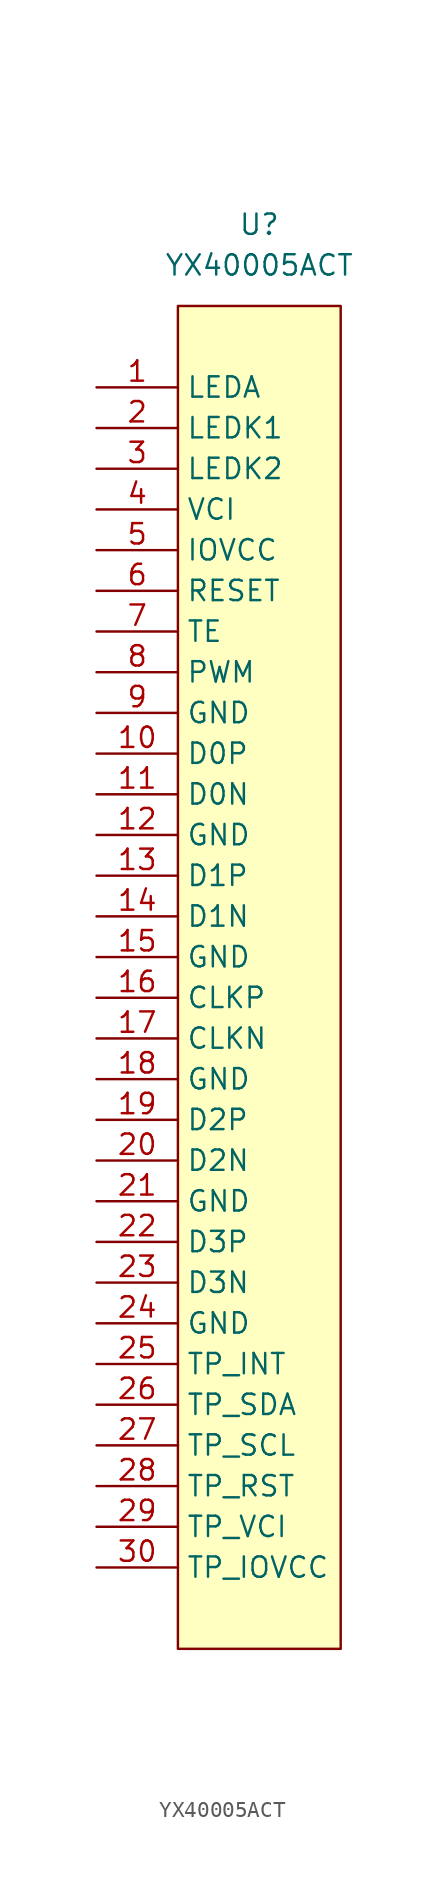
<source format=kicad_sym>
(kicad_symbol_lib
  (version 20220914)
  (generator kicad_symbol_editor)
  (symbol "YX40005ACT"
    (property "Reference" "U"
      (at 0 0 0)
      (effects (font (size 1.27 1.27))))
    (property "Value" "YX40005ACT"
      (at 0 -2.54 0)
      (effects (font (size 1.27 1.27))))
    (symbol "YX40005ACT_0_1"
      (rectangle (start -5.08 -5.08) (end 5.08 -88.9) (stroke (width 0.152) (type default)) (fill (type background))))
    (symbol "YX40005ACT_1_1"
      (pin input line (at -10.16 -10.16 0) (length 5.08) (name "LEDA" (effects (font (size 1.27 1.27)))) (number "1" (effects (font (size 1.27 1.27)))))
      (pin input line (at -10.16 -33.02 0) (length 5.08) (name "D0P" (effects (font (size 1.27 1.27)))) (number "10" (effects (font (size 1.27 1.27)))))
      (pin input line (at -10.16 -35.56 0) (length 5.08) (name "D0N" (effects (font (size 1.27 1.27)))) (number "11" (effects (font (size 1.27 1.27)))))
      (pin input line (at -10.16 -38.1 0) (length 5.08) (name "GND" (effects (font (size 1.27 1.27)))) (number "12" (effects (font (size 1.27 1.27)))))
      (pin input line (at -10.16 -40.64 0) (length 5.08) (name "D1P" (effects (font (size 1.27 1.27)))) (number "13" (effects (font (size 1.27 1.27)))))
      (pin input line (at -10.16 -43.18 0) (length 5.08) (name "D1N" (effects (font (size 1.27 1.27)))) (number "14" (effects (font (size 1.27 1.27)))))
      (pin input line (at -10.16 -45.72 0) (length 5.08) (name "GND" (effects (font (size 1.27 1.27)))) (number "15" (effects (font (size 1.27 1.27)))))
      (pin input line (at -10.16 -48.26 0) (length 5.08) (name "CLKP" (effects (font (size 1.27 1.27)))) (number "16" (effects (font (size 1.27 1.27)))))
      (pin input line (at -10.16 -50.8 0) (length 5.08) (name "CLKN" (effects (font (size 1.27 1.27)))) (number "17" (effects (font (size 1.27 1.27)))))
      (pin input line (at -10.16 -53.34 0) (length 5.08) (name "GND" (effects (font (size 1.27 1.27)))) (number "18" (effects (font (size 1.27 1.27)))))
      (pin input line (at -10.16 -55.88 0) (length 5.08) (name "D2P" (effects (font (size 1.27 1.27)))) (number "19" (effects (font (size 1.27 1.27)))))
      (pin input line (at -10.16 -12.7 0) (length 5.08) (name "LEDK1" (effects (font (size 1.27 1.27)))) (number "2" (effects (font (size 1.27 1.27)))))
      (pin input line (at -10.16 -58.42 0) (length 5.08) (name "D2N" (effects (font (size 1.27 1.27)))) (number "20" (effects (font (size 1.27 1.27)))))
      (pin input line (at -10.16 -60.96 0) (length 5.08) (name "GND" (effects (font (size 1.27 1.27)))) (number "21" (effects (font (size 1.27 1.27)))))
      (pin input line (at -10.16 -63.5 0) (length 5.08) (name "D3P" (effects (font (size 1.27 1.27)))) (number "22" (effects (font (size 1.27 1.27)))))
      (pin input line (at -10.16 -66.04 0) (length 5.08) (name "D3N" (effects (font (size 1.27 1.27)))) (number "23" (effects (font (size 1.27 1.27)))))
      (pin input line (at -10.16 -68.58 0) (length 5.08) (name "GND" (effects (font (size 1.27 1.27)))) (number "24" (effects (font (size 1.27 1.27)))))
      (pin input line (at -10.16 -71.12 0) (length 5.08) (name "TP_INT" (effects (font (size 1.27 1.27)))) (number "25" (effects (font (size 1.27 1.27)))))
      (pin input line (at -10.16 -73.66 0) (length 5.08) (name "TP_SDA" (effects (font (size 1.27 1.27)))) (number "26" (effects (font (size 1.27 1.27)))))
      (pin input line (at -10.16 -76.2 0) (length 5.08) (name "TP_SCL" (effects (font (size 1.27 1.27)))) (number "27" (effects (font (size 1.27 1.27)))))
      (pin input line (at -10.16 -78.74 0) (length 5.08) (name "TP_RST" (effects (font (size 1.27 1.27)))) (number "28" (effects (font (size 1.27 1.27)))))
      (pin input line (at -10.16 -81.28 0) (length 5.08) (name "TP_VCI" (effects (font (size 1.27 1.27)))) (number "29" (effects (font (size 1.27 1.27)))))
      (pin input line (at -10.16 -15.24 0) (length 5.08) (name "LEDK2" (effects (font (size 1.27 1.27)))) (number "3" (effects (font (size 1.27 1.27)))))
      (pin input line (at -10.16 -83.82 0) (length 5.08) (name "TP_IOVCC" (effects (font (size 1.27 1.27)))) (number "30" (effects (font (size 1.27 1.27)))))
      (pin input line (at -10.16 -17.78 0) (length 5.08) (name "VCI" (effects (font (size 1.27 1.27)))) (number "4" (effects (font (size 1.27 1.27)))))
      (pin input line (at -10.16 -20.32 0) (length 5.08) (name "IOVCC" (effects (font (size 1.27 1.27)))) (number "5" (effects (font (size 1.27 1.27)))))
      (pin input line (at -10.16 -22.86 0) (length 5.08) (name "RESET" (effects (font (size 1.27 1.27)))) (number "6" (effects (font (size 1.27 1.27)))))
      (pin input line (at -10.16 -25.4 0) (length 5.08) (name "TE" (effects (font (size 1.27 1.27)))) (number "7" (effects (font (size 1.27 1.27)))))
      (pin input line (at -10.16 -27.94 0) (length 5.08) (name "PWM" (effects (font (size 1.27 1.27)))) (number "8" (effects (font (size 1.27 1.27)))))
      (pin input line (at -10.16 -30.48 0) (length 5.08) (name "GND" (effects (font (size 1.27 1.27)))) (number "9" (effects (font (size 1.27 1.27))))))))
</source>
